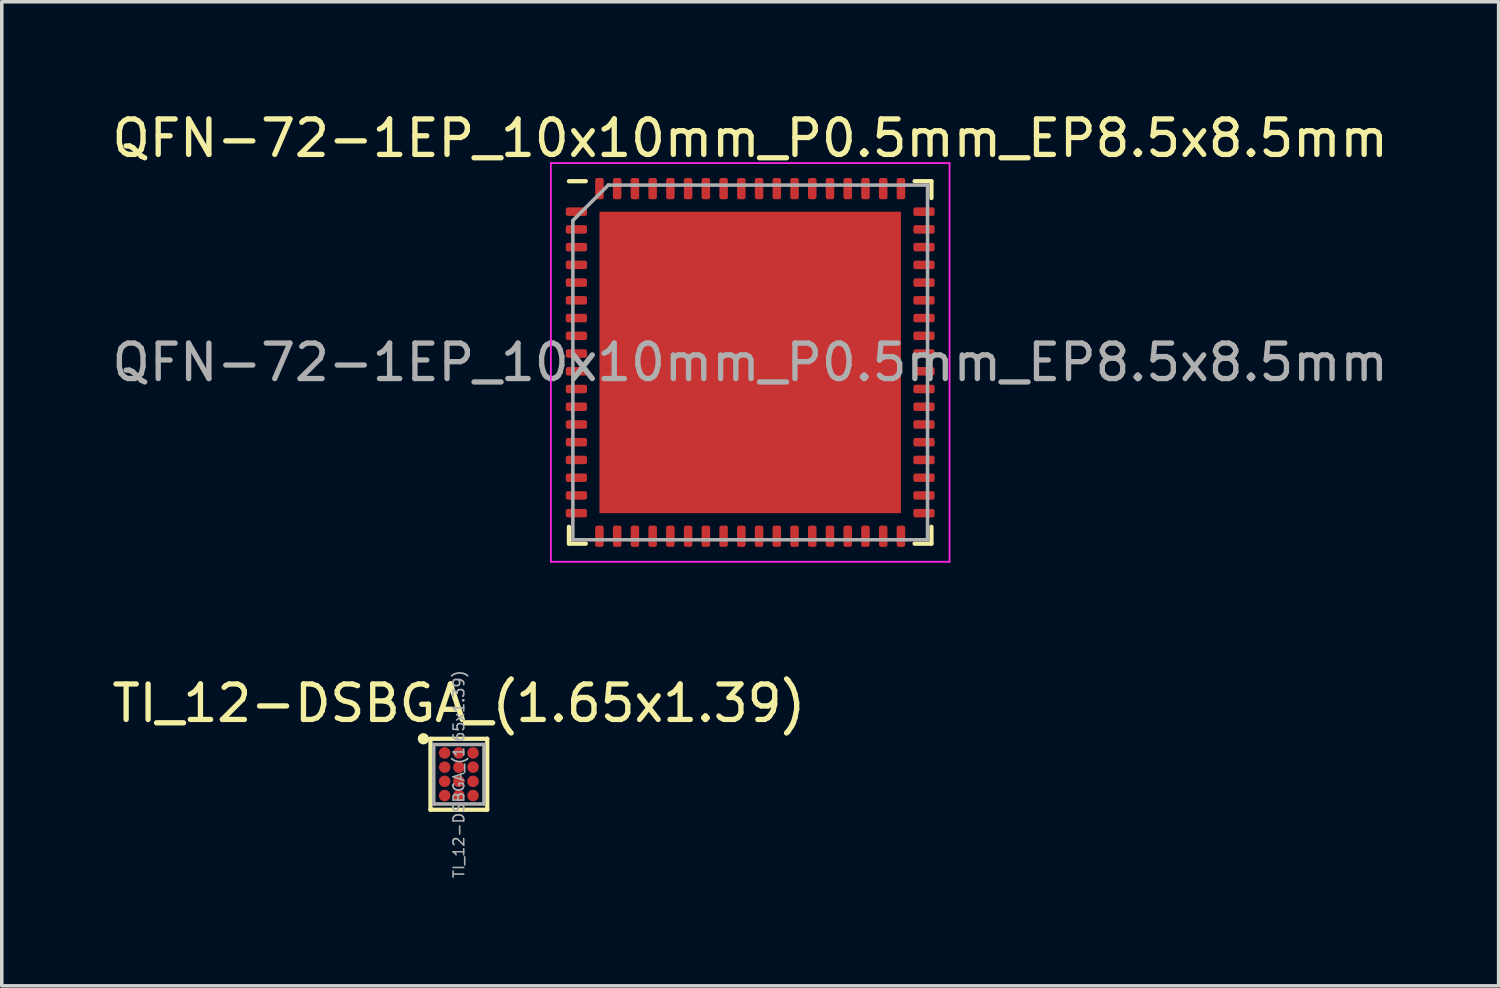
<source format=kicad_pcb>
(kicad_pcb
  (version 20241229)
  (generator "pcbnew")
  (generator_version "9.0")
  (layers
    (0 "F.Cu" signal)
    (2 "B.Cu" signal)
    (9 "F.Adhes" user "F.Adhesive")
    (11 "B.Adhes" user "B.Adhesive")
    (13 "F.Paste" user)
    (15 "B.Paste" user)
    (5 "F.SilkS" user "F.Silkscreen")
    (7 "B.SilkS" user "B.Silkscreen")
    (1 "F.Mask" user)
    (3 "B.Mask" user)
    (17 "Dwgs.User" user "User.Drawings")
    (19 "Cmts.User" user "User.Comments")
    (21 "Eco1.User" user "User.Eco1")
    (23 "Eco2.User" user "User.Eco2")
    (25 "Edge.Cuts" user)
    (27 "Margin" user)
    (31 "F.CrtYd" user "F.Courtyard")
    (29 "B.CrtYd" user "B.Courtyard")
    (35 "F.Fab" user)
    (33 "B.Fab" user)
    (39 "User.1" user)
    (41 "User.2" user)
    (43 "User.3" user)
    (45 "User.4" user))
  (footprint "TI_12-DSBGA_(1.65x1.39)"
    (layer "F.Cu")
    (at 9.887 18.779)
    (property "Reference" "TI_12-DSBGA_(1.65x1.39)" (at 0 -2 0) (layer "F.SilkS") (effects (font (size 1 1) (thickness 0.15))))
    (attr smd)
    (fp_line (start -1 -1) (end -1 -1) (stroke (width 0.12) (type solid)) (layer "F.SilkS"))
    (fp_line (start -0.8 -1) (end -0.8 1) (stroke (width 0.12) (type solid)) (layer "F.SilkS"))
    (fp_line (start -0.8 1) (end 0.8 1) (stroke (width 0.12) (type solid)) (layer "F.SilkS"))
    (fp_line (start 0.8 -1) (end -0.8 -1) (stroke (width 0.12) (type solid)) (layer "F.SilkS"))
    (fp_line (start 0.8 1) (end 0.8 -1) (stroke (width 0.12) (type solid)) (layer "F.SilkS"))
    (fp_circle (center -1 -1) (end -0.9 -1) (stroke (width 0.12) (type solid)) (fill no) (layer "F.SilkS"))
    (fp_line (start -0.709 0.838) (end -0.709 -0.838) (stroke (width 0.1) (type solid)) (layer "F.Fab"))
    (fp_line (start -0.709 0.838) (end 0.709 0.838) (stroke (width 0.1) (type solid)) (layer "F.Fab"))
    (fp_line (start 0.709 -0.838) (end -0.709 -0.838) (stroke (width 0.1) (type solid)) (layer "F.Fab"))
    (fp_line (start 0.709 0.838) (end 0.709 -0.838) (stroke (width 0.1) (type solid)) (layer "F.Fab"))
    (fp_text user "${REFERENCE}" (at 0 0 90) (layer "F.Fab") (effects (font (size 0.3 0.3) (thickness 0.045))))
    (pad "A1" smd circle (at -0.4 -0.6) (size 0.325 0.325) (layers "F.Cu" "F.Mask"))
    (pad "A2" smd circle (at 0 -0.6) (size 0.325 0.325) (layers "F.Cu" "F.Mask"))
    (pad "A3" smd circle (at 0.4 -0.6) (size 0.325 0.325) (layers "F.Cu" "F.Mask"))
    (pad "B1" smd circle (at -0.4 -0.2) (size 0.325 0.325) (layers "F.Cu" "F.Mask"))
    (pad "B2" smd circle (at 0 -0.2) (size 0.325 0.325) (layers "F.Cu" "F.Mask"))
    (pad "B3" smd circle (at 0.4 -0.2) (size 0.325 0.325) (layers "F.Cu" "F.Mask"))
    (pad "C1" smd circle (at -0.4 0.2) (size 0.325 0.325) (layers "F.Cu" "F.Mask"))
    (pad "C2" smd circle (at 0 0.2) (size 0.325 0.325) (layers "F.Cu" "F.Mask"))
    (pad "C3" smd circle (at 0.4 0.2) (size 0.325 0.325) (layers "F.Cu" "F.Mask"))
    (pad "D1" smd circle (at -0.4 0.6) (size 0.325 0.325) (layers "F.Cu" "F.Mask"))
    (pad "D2" smd circle (at 0 0.6) (size 0.325 0.325) (layers "F.Cu" "F.Mask"))
    (pad "D3" smd circle (at 0.4 0.6) (size 0.325 0.325) (layers "F.Cu" "F.Mask")))
  (footprint "QFN-72-1EP_10x10mm_P0.5mm_EP8.5x8.5mm"
    (layer "F.Cu")
    (at 18.101 7.168)
    (property "Reference" "QFN-72-1EP_10x10mm_P0.5mm_EP8.5x8.5mm" (at 0 -6.32 0) (layer "F.SilkS") (effects (font (size 1 1) (thickness 0.15))))
    (attr smd)
    (fp_line (start -5.11 5.11) (end -5.11 4.635) (stroke (width 0.12) (type solid)) (layer "F.SilkS"))
    (fp_line (start -4.635 -5.11) (end -5.11 -5.11) (stroke (width 0.12) (type solid)) (layer "F.SilkS"))
    (fp_line (start -4.635 5.11) (end -5.11 5.11) (stroke (width 0.12) (type solid)) (layer "F.SilkS"))
    (fp_line (start 4.635 -5.11) (end 5.11 -5.11) (stroke (width 0.12) (type solid)) (layer "F.SilkS"))
    (fp_line (start 4.635 5.11) (end 5.11 5.11) (stroke (width 0.12) (type solid)) (layer "F.SilkS"))
    (fp_line (start 5.11 -5.11) (end 5.11 -4.635) (stroke (width 0.12) (type solid)) (layer "F.SilkS"))
    (fp_line (start 5.11 5.11) (end 5.11 4.635) (stroke (width 0.12) (type solid)) (layer "F.SilkS"))
    (fp_line (start -5.62 -5.62) (end -5.62 5.62) (stroke (width 0.05) (type solid)) (layer "F.CrtYd"))
    (fp_line (start -5.62 5.62) (end 5.62 5.62) (stroke (width 0.05) (type solid)) (layer "F.CrtYd"))
    (fp_line (start 5.62 -5.62) (end -5.62 -5.62) (stroke (width 0.05) (type solid)) (layer "F.CrtYd"))
    (fp_line (start 5.62 5.62) (end 5.62 -5.62) (stroke (width 0.05) (type solid)) (layer "F.CrtYd"))
    (fp_line (start -5 -4) (end -4 -5) (stroke (width 0.1) (type solid)) (layer "F.Fab"))
    (fp_line (start -5 5) (end -5 -4) (stroke (width 0.1) (type solid)) (layer "F.Fab"))
    (fp_line (start -4 -5) (end 5 -5) (stroke (width 0.1) (type solid)) (layer "F.Fab"))
    (fp_line (start 5 -5) (end 5 5) (stroke (width 0.1) (type solid)) (layer "F.Fab"))
    (fp_line (start 5 5) (end -5 5) (stroke (width 0.1) (type solid)) (layer "F.Fab"))
    (fp_text user "${REFERENCE}" (at 0 0 0) (layer "F.Fab") (effects (font (size 1 1) (thickness 0.15))))
    (pad "" smd roundrect (at -2 -2) (size 1.61 1.61) (layers "F.Paste") (roundrect_rratio 0.155))
    (pad "" smd roundrect (at -2 0) (size 1.61 1.61) (layers "F.Paste") (roundrect_rratio 0.155))
    (pad "" smd roundrect (at -2 2) (size 1.61 1.61) (layers "F.Paste") (roundrect_rratio 0.155))
    (pad "" smd roundrect (at 0 -2) (size 1.61 1.61) (layers "F.Paste") (roundrect_rratio 0.155))
    (pad "" smd roundrect (at 0 0) (size 1.61 1.61) (layers "F.Paste") (roundrect_rratio 0.155))
    (pad "" smd roundrect (at 0 2) (size 1.61 1.61) (layers "F.Paste") (roundrect_rratio 0.155))
    (pad "" smd roundrect (at 2 -2) (size 1.61 1.61) (layers "F.Paste") (roundrect_rratio 0.155))
    (pad "" smd roundrect (at 2 0) (size 1.61 1.61) (layers "F.Paste") (roundrect_rratio 0.155))
    (pad "" smd roundrect (at 2 2) (size 1.61 1.61) (layers "F.Paste") (roundrect_rratio 0.155))
    (pad "1" smd roundrect (at -4.9 -4.25) (size 0.6 0.24) (layers "F.Cu" "F.Mask" "F.Paste") (roundrect_rratio 0.25))
    (pad "2" smd roundrect (at -4.9 -3.75) (size 0.6 0.24) (layers "F.Cu" "F.Mask" "F.Paste") (roundrect_rratio 0.25))
    (pad "3" smd roundrect (at -4.9 -3.25) (size 0.6 0.24) (layers "F.Cu" "F.Mask" "F.Paste") (roundrect_rratio 0.25))
    (pad "4" smd roundrect (at -4.9 -2.75) (size 0.6 0.24) (layers "F.Cu" "F.Mask" "F.Paste") (roundrect_rratio 0.25))
    (pad "5" smd roundrect (at -4.9 -2.25) (size 0.6 0.24) (layers "F.Cu" "F.Mask" "F.Paste") (roundrect_rratio 0.25))
    (pad "6" smd roundrect (at -4.9 -1.75) (size 0.6 0.24) (layers "F.Cu" "F.Mask" "F.Paste") (roundrect_rratio 0.25))
    (pad "7" smd roundrect (at -4.9 -1.25) (size 0.6 0.24) (layers "F.Cu" "F.Mask" "F.Paste") (roundrect_rratio 0.25))
    (pad "8" smd roundrect (at -4.9 -0.75) (size 0.6 0.24) (layers "F.Cu" "F.Mask" "F.Paste") (roundrect_rratio 0.25))
    (pad "9" smd roundrect (at -4.9 -0.25) (size 0.6 0.24) (layers "F.Cu" "F.Mask" "F.Paste") (roundrect_rratio 0.25))
    (pad "10" smd roundrect (at -4.9 0.25) (size 0.6 0.24) (layers "F.Cu" "F.Mask" "F.Paste") (roundrect_rratio 0.25))
    (pad "11" smd roundrect (at -4.9 0.75) (size 0.6 0.24) (layers "F.Cu" "F.Mask" "F.Paste") (roundrect_rratio 0.25))
    (pad "12" smd roundrect (at -4.9 1.25) (size 0.6 0.24) (layers "F.Cu" "F.Mask" "F.Paste") (roundrect_rratio 0.25))
    (pad "13" smd roundrect (at -4.9 1.75) (size 0.6 0.24) (layers "F.Cu" "F.Mask" "F.Paste") (roundrect_rratio 0.25))
    (pad "14" smd roundrect (at -4.9 2.25) (size 0.6 0.24) (layers "F.Cu" "F.Mask" "F.Paste") (roundrect_rratio 0.25))
    (pad "15" smd roundrect (at -4.9 2.75) (size 0.6 0.24) (layers "F.Cu" "F.Mask" "F.Paste") (roundrect_rratio 0.25))
    (pad "16" smd roundrect (at -4.9 3.25) (size 0.6 0.24) (layers "F.Cu" "F.Mask" "F.Paste") (roundrect_rratio 0.25))
    (pad "17" smd roundrect (at -4.9 3.75) (size 0.6 0.24) (layers "F.Cu" "F.Mask" "F.Paste") (roundrect_rratio 0.25))
    (pad "18" smd roundrect (at -4.9 4.25) (size 0.6 0.24) (layers "F.Cu" "F.Mask" "F.Paste") (roundrect_rratio 0.25))
    (pad "19" smd roundrect (at -4.25 4.9) (size 0.24 0.6) (layers "F.Cu" "F.Mask" "F.Paste") (roundrect_rratio 0.25))
    (pad "20" smd roundrect (at -3.75 4.9) (size 0.24 0.6) (layers "F.Cu" "F.Mask" "F.Paste") (roundrect_rratio 0.25))
    (pad "21" smd roundrect (at -3.25 4.9) (size 0.24 0.6) (layers "F.Cu" "F.Mask" "F.Paste") (roundrect_rratio 0.25))
    (pad "22" smd roundrect (at -2.75 4.9) (size 0.24 0.6) (layers "F.Cu" "F.Mask" "F.Paste") (roundrect_rratio 0.25))
    (pad "23" smd roundrect (at -2.25 4.9) (size 0.24 0.6) (layers "F.Cu" "F.Mask" "F.Paste") (roundrect_rratio 0.25))
    (pad "24" smd roundrect (at -1.75 4.9) (size 0.24 0.6) (layers "F.Cu" "F.Mask" "F.Paste") (roundrect_rratio 0.25))
    (pad "25" smd roundrect (at -1.25 4.9) (size 0.24 0.6) (layers "F.Cu" "F.Mask" "F.Paste") (roundrect_rratio 0.25))
    (pad "26" smd roundrect (at -0.75 4.9) (size 0.24 0.6) (layers "F.Cu" "F.Mask" "F.Paste") (roundrect_rratio 0.25))
    (pad "27" smd roundrect (at -0.25 4.9) (size 0.24 0.6) (layers "F.Cu" "F.Mask" "F.Paste") (roundrect_rratio 0.25))
    (pad "28" smd roundrect (at 0.25 4.9) (size 0.24 0.6) (layers "F.Cu" "F.Mask" "F.Paste") (roundrect_rratio 0.25))
    (pad "29" smd roundrect (at 0.75 4.9) (size 0.24 0.6) (layers "F.Cu" "F.Mask" "F.Paste") (roundrect_rratio 0.25))
    (pad "30" smd roundrect (at 1.25 4.9) (size 0.24 0.6) (layers "F.Cu" "F.Mask" "F.Paste") (roundrect_rratio 0.25))
    (pad "31" smd roundrect (at 1.75 4.9) (size 0.24 0.6) (layers "F.Cu" "F.Mask" "F.Paste") (roundrect_rratio 0.25))
    (pad "32" smd roundrect (at 2.25 4.9) (size 0.24 0.6) (layers "F.Cu" "F.Mask" "F.Paste") (roundrect_rratio 0.25))
    (pad "33" smd roundrect (at 2.75 4.9) (size 0.24 0.6) (layers "F.Cu" "F.Mask" "F.Paste") (roundrect_rratio 0.25))
    (pad "34" smd roundrect (at 3.25 4.9) (size 0.24 0.6) (layers "F.Cu" "F.Mask" "F.Paste") (roundrect_rratio 0.25))
    (pad "35" smd roundrect (at 3.75 4.9) (size 0.24 0.6) (layers "F.Cu" "F.Mask" "F.Paste") (roundrect_rratio 0.25))
    (pad "36" smd roundrect (at 4.25 4.9) (size 0.24 0.6) (layers "F.Cu" "F.Mask" "F.Paste") (roundrect_rratio 0.25))
    (pad "37" smd roundrect (at 4.9 4.25) (size 0.6 0.24) (layers "F.Cu" "F.Mask" "F.Paste") (roundrect_rratio 0.25))
    (pad "38" smd roundrect (at 4.9 3.75) (size 0.6 0.24) (layers "F.Cu" "F.Mask" "F.Paste") (roundrect_rratio 0.25))
    (pad "39" smd roundrect (at 4.9 3.25) (size 0.6 0.24) (layers "F.Cu" "F.Mask" "F.Paste") (roundrect_rratio 0.25))
    (pad "40" smd roundrect (at 4.9 2.75) (size 0.6 0.24) (layers "F.Cu" "F.Mask" "F.Paste") (roundrect_rratio 0.25))
    (pad "41" smd roundrect (at 4.9 2.25) (size 0.6 0.24) (layers "F.Cu" "F.Mask" "F.Paste") (roundrect_rratio 0.25))
    (pad "42" smd roundrect (at 4.9 1.75) (size 0.6 0.24) (layers "F.Cu" "F.Mask" "F.Paste") (roundrect_rratio 0.25))
    (pad "43" smd roundrect (at 4.9 1.25) (size 0.6 0.24) (layers "F.Cu" "F.Mask" "F.Paste") (roundrect_rratio 0.25))
    (pad "44" smd roundrect (at 4.9 0.75) (size 0.6 0.24) (layers "F.Cu" "F.Mask" "F.Paste") (roundrect_rratio 0.25))
    (pad "45" smd roundrect (at 4.9 0.25) (size 0.6 0.24) (layers "F.Cu" "F.Mask" "F.Paste") (roundrect_rratio 0.25))
    (pad "46" smd roundrect (at 4.9 -0.25) (size 0.6 0.24) (layers "F.Cu" "F.Mask" "F.Paste") (roundrect_rratio 0.25))
    (pad "47" smd roundrect (at 4.9 -0.75) (size 0.6 0.24) (layers "F.Cu" "F.Mask" "F.Paste") (roundrect_rratio 0.25))
    (pad "48" smd roundrect (at 4.9 -1.25) (size 0.6 0.24) (layers "F.Cu" "F.Mask" "F.Paste") (roundrect_rratio 0.25))
    (pad "49" smd roundrect (at 4.9 -1.75) (size 0.6 0.24) (layers "F.Cu" "F.Mask" "F.Paste") (roundrect_rratio 0.25))
    (pad "50" smd roundrect (at 4.9 -2.25) (size 0.6 0.24) (layers "F.Cu" "F.Mask" "F.Paste") (roundrect_rratio 0.25))
    (pad "51" smd roundrect (at 4.9 -2.75) (size 0.6 0.24) (layers "F.Cu" "F.Mask" "F.Paste") (roundrect_rratio 0.25))
    (pad "52" smd roundrect (at 4.9 -3.25) (size 0.6 0.24) (layers "F.Cu" "F.Mask" "F.Paste") (roundrect_rratio 0.25))
    (pad "53" smd roundrect (at 4.9 -3.75) (size 0.6 0.24) (layers "F.Cu" "F.Mask" "F.Paste") (roundrect_rratio 0.25))
    (pad "54" smd roundrect (at 4.9 -4.25) (size 0.6 0.24) (layers "F.Cu" "F.Mask" "F.Paste") (roundrect_rratio 0.25))
    (pad "55" smd roundrect (at 4.25 -4.9) (size 0.24 0.6) (layers "F.Cu" "F.Mask" "F.Paste") (roundrect_rratio 0.25))
    (pad "56" smd roundrect (at 3.75 -4.9) (size 0.24 0.6) (layers "F.Cu" "F.Mask" "F.Paste") (roundrect_rratio 0.25))
    (pad "57" smd roundrect (at 3.25 -4.9) (size 0.24 0.6) (layers "F.Cu" "F.Mask" "F.Paste") (roundrect_rratio 0.25))
    (pad "58" smd roundrect (at 2.75 -4.9) (size 0.24 0.6) (layers "F.Cu" "F.Mask" "F.Paste") (roundrect_rratio 0.25))
    (pad "59" smd roundrect (at 2.25 -4.9) (size 0.24 0.6) (layers "F.Cu" "F.Mask" "F.Paste") (roundrect_rratio 0.25))
    (pad "60" smd roundrect (at 1.75 -4.9) (size 0.24 0.6) (layers "F.Cu" "F.Mask" "F.Paste") (roundrect_rratio 0.25))
    (pad "61" smd roundrect (at 1.25 -4.9) (size 0.24 0.6) (layers "F.Cu" "F.Mask" "F.Paste") (roundrect_rratio 0.25))
    (pad "62" smd roundrect (at 0.75 -4.9) (size 0.24 0.6) (layers "F.Cu" "F.Mask" "F.Paste") (roundrect_rratio 0.25))
    (pad "63" smd roundrect (at 0.25 -4.9) (size 0.24 0.6) (layers "F.Cu" "F.Mask" "F.Paste") (roundrect_rratio 0.25))
    (pad "64" smd roundrect (at -0.25 -4.9) (size 0.24 0.6) (layers "F.Cu" "F.Mask" "F.Paste") (roundrect_rratio 0.25))
    (pad "65" smd roundrect (at -0.75 -4.9) (size 0.24 0.6) (layers "F.Cu" "F.Mask" "F.Paste") (roundrect_rratio 0.25))
    (pad "66" smd roundrect (at -1.25 -4.9) (size 0.24 0.6) (layers "F.Cu" "F.Mask" "F.Paste") (roundrect_rratio 0.25))
    (pad "67" smd roundrect (at -1.75 -4.9) (size 0.24 0.6) (layers "F.Cu" "F.Mask" "F.Paste") (roundrect_rratio 0.25))
    (pad "68" smd roundrect (at -2.25 -4.9) (size 0.24 0.6) (layers "F.Cu" "F.Mask" "F.Paste") (roundrect_rratio 0.25))
    (pad "69" smd roundrect (at -2.75 -4.9) (size 0.24 0.6) (layers "F.Cu" "F.Mask" "F.Paste") (roundrect_rratio 0.25))
    (pad "70" smd roundrect (at -3.25 -4.9) (size 0.24 0.6) (layers "F.Cu" "F.Mask" "F.Paste") (roundrect_rratio 0.25))
    (pad "71" smd roundrect (at -3.75 -4.9) (size 0.24 0.6) (layers "F.Cu" "F.Mask" "F.Paste") (roundrect_rratio 0.25))
    (pad "72" smd roundrect (at -4.25 -4.9) (size 0.24 0.6) (layers "F.Cu" "F.Mask" "F.Paste") (roundrect_rratio 0.25))
    (pad "73" smd rect (at 0 0) (size 8.5 8.5) (layers "F.Cu" "F.Mask")))
  (gr_rect
    (start -3 -3)
    (end 39.202 24.745)
    (stroke (width 0.1) (type default))
    (fill no)
    (layer "Edge.Cuts")))
</source>
